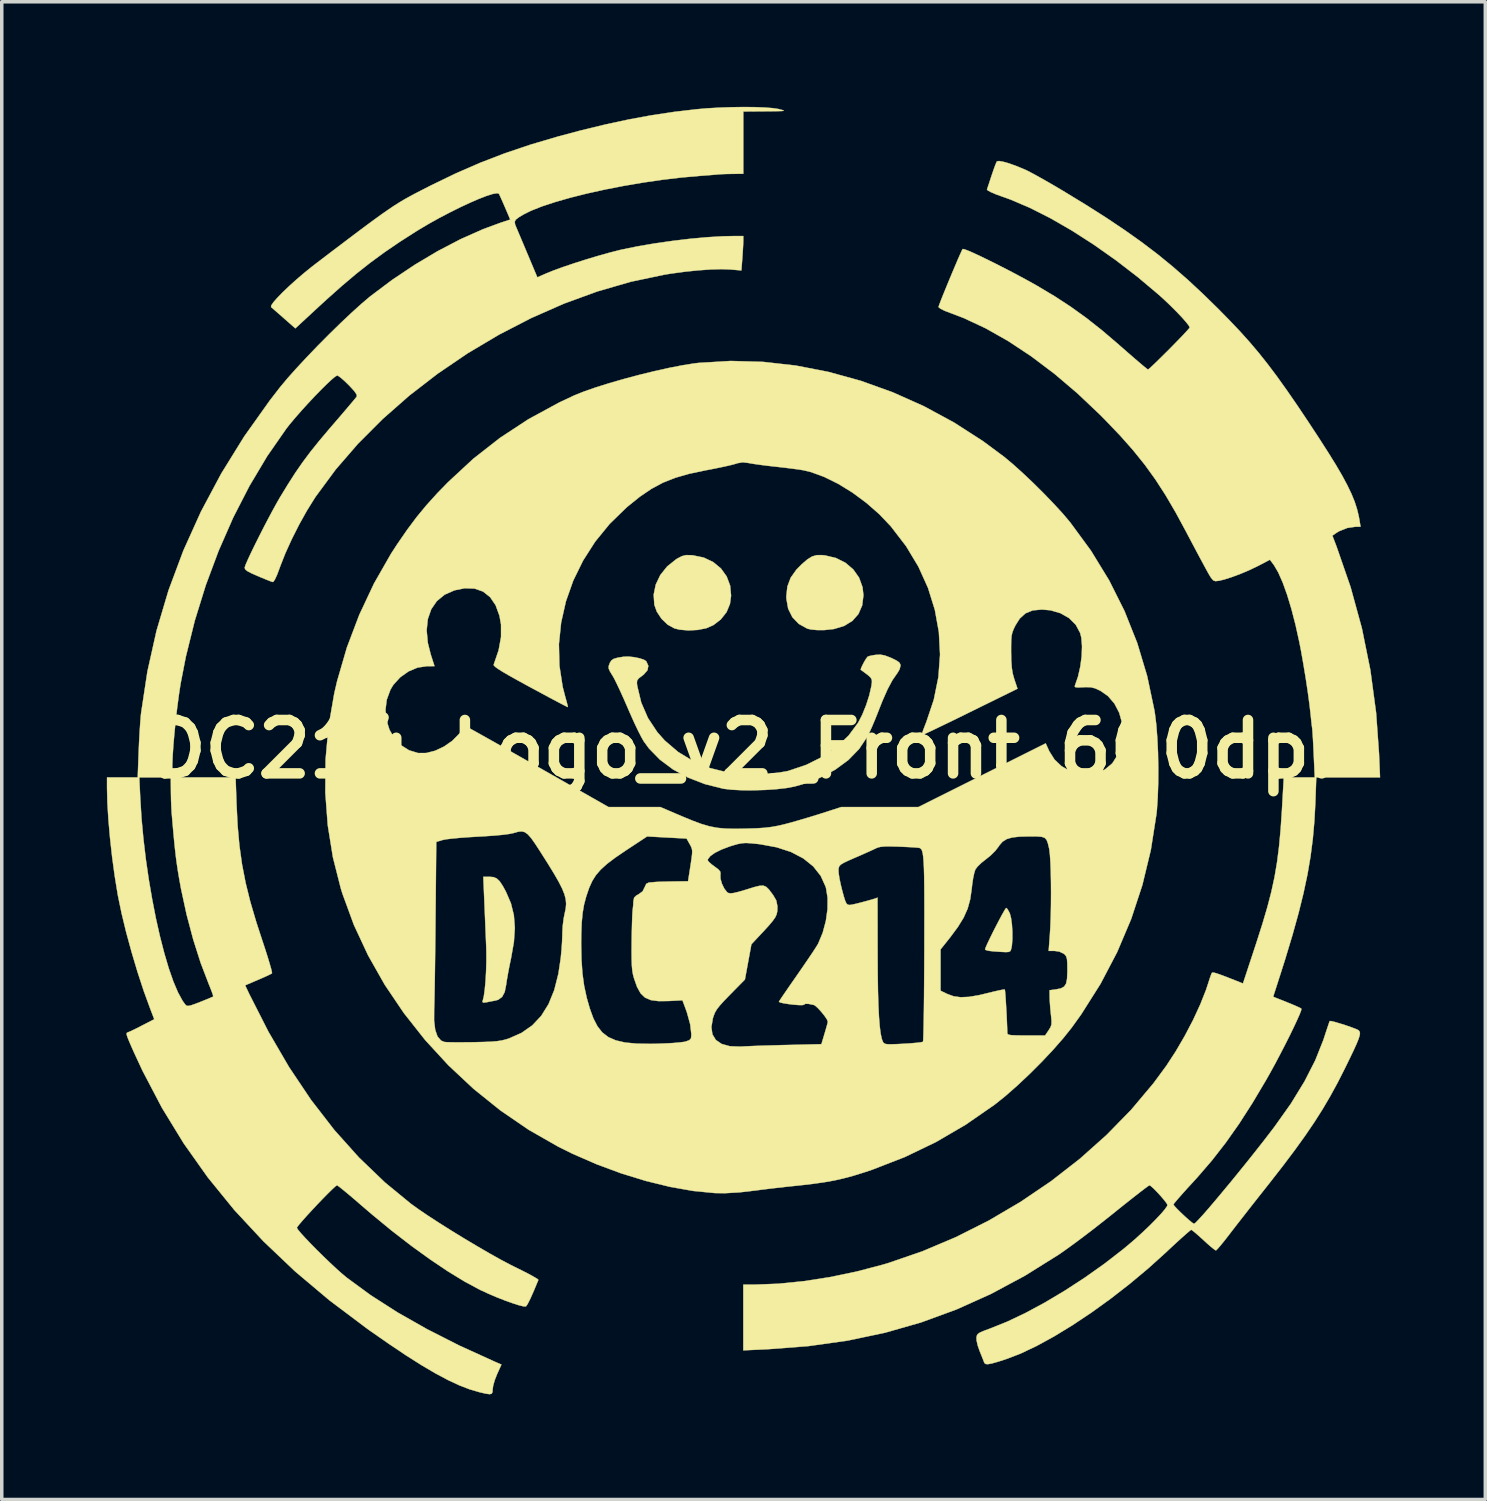
<source format=kicad_pcb>
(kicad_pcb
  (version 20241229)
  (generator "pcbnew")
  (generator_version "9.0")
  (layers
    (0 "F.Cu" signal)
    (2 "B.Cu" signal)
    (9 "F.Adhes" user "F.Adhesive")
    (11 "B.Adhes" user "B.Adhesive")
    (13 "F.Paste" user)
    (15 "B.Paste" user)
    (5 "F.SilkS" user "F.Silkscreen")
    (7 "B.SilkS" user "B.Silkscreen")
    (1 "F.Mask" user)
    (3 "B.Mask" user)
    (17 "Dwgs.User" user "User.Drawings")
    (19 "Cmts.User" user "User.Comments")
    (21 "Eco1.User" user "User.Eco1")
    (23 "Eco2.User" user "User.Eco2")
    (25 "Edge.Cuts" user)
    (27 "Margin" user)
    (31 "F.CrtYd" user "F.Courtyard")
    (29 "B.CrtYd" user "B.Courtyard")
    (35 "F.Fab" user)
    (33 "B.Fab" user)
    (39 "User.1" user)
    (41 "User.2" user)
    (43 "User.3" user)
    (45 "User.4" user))
  (footprint "DC214_Logo_v2_Front_600dpi"
    (layer "F.Cu")
    (at 18.166 18.335)
    (property "Reference" "DC214_Logo_v2_Front_600dpi" (at 0 0 0) (layer "F.SilkS") (effects (font (size 1.524 1.524) (thickness 0.3))))
    (attr through_hole)
    (fp_poly (pts (xy -1.497 -5.539) (xy -1.442 -5.535) (xy -1.129 -5.47) (xy -0.859 -5.342) (xy -0.638 -5.159) (xy -0.475 -4.932) (xy -0.376 -4.67) (xy -0.349 -4.382) (xy -0.381 -4.147) (xy -0.478 -3.913) (xy -0.642 -3.705) (xy -0.853 -3.543) (xy -1.055 -3.454) (xy -1.303 -3.405) (xy -1.57 -3.391) (xy -1.82 -3.413) (xy -1.968 -3.45) (xy -2.16 -3.556) (xy -2.334 -3.723) (xy -2.468 -3.925) (xy -2.539 -4.122) (xy -2.558 -4.412) (xy -2.499 -4.7) (xy -2.369 -4.972) (xy -2.174 -5.216) (xy -1.921 -5.419) (xy -1.874 -5.448) (xy -1.749 -5.512) (xy -1.637 -5.54) (xy -1.497 -5.539)) (stroke (width 0.01) (type solid)) (fill yes) (layer "F.SilkS"))
    (fp_poly (pts (xy 2.332 -5.532) (xy 2.644 -5.458) (xy 2.916 -5.322) (xy 3.139 -5.131) (xy 3.305 -4.896) (xy 3.403 -4.625) (xy 3.429 -4.394) (xy 3.393 -4.105) (xy 3.287 -3.861) (xy 3.115 -3.665) (xy 2.88 -3.52) (xy 2.587 -3.431) (xy 2.312 -3.401) (xy 2.108 -3.401) (xy 1.935 -3.417) (xy 1.83 -3.441) (xy 1.585 -3.576) (xy 1.401 -3.767) (xy 1.281 -4.009) (xy 1.23 -4.296) (xy 1.228 -4.363) (xy 1.258 -4.644) (xy 1.352 -4.895) (xy 1.518 -5.129) (xy 1.669 -5.281) (xy 1.83 -5.419) (xy 1.962 -5.501) (xy 2.092 -5.539) (xy 2.245 -5.541) (xy 2.332 -5.532)) (stroke (width 0.01) (type solid)) (fill yes) (layer "F.SilkS"))
    (fp_poly (pts (xy 7.542 4.565) (xy 7.591 4.653) (xy 7.608 4.688) (xy 7.642 4.817) (xy 7.667 5.001) (xy 7.68 5.211) (xy 7.68 5.42) (xy 7.667 5.598) (xy 7.651 5.683) (xy 7.636 5.734) (xy 7.616 5.767) (xy 7.575 5.785) (xy 7.498 5.791) (xy 7.37 5.785) (xy 7.176 5.772) (xy 7.123 5.768) (xy 6.998 5.753) (xy 6.918 5.73) (xy 6.9 5.713) (xy 6.918 5.658) (xy 6.968 5.546) (xy 7.04 5.395) (xy 7.126 5.219) (xy 7.22 5.036) (xy 7.312 4.859) (xy 7.394 4.707) (xy 7.459 4.593) (xy 7.499 4.534) (xy 7.505 4.53) (xy 7.542 4.565)) (stroke (width 0.01) (type solid)) (fill yes) (layer "F.SilkS"))
    (fp_poly (pts (xy -7.128 3.651) (xy -7.037 3.69) (xy -6.953 3.77) (xy -6.864 3.905) (xy -6.772 4.074) (xy -6.632 4.4) (xy -6.549 4.737) (xy -6.521 5.1) (xy -6.548 5.503) (xy -6.628 5.958) (xy -6.675 6.184) (xy -6.718 6.409) (xy -6.752 6.604) (xy -6.768 6.718) (xy -6.81 6.929) (xy -6.884 7.069) (xy -6.996 7.151) (xy -7.074 7.173) (xy -7.211 7.199) (xy -7.33 7.223) (xy -7.42 7.233) (xy -7.446 7.212) (xy -7.439 7.184) (xy -7.407 7.058) (xy -7.38 6.864) (xy -7.357 6.621) (xy -7.342 6.346) (xy -7.333 6.057) (xy -7.334 5.771) (xy -7.339 5.609) (xy -7.351 5.318) (xy -7.365 4.981) (xy -7.379 4.64) (xy -7.392 4.334) (xy -7.393 4.307) (xy -7.421 3.641) (xy -7.242 3.641) (xy -7.128 3.651)) (stroke (width 0.01) (type solid)) (fill yes) (layer "F.SilkS"))
    (fp_poly (pts (xy 4.037 -2.677) (xy 4.195 -2.617) (xy 4.228 -2.603) (xy 4.37 -2.533) (xy 4.45 -2.478) (xy 4.483 -2.422) (xy 4.487 -2.382) (xy 4.461 -2.281) (xy 4.395 -2.168) (xy 4.379 -2.148) (xy 4.255 -1.969) (xy 4.118 -1.712) (xy 3.969 -1.374) (xy 3.85 -1.073) (xy 3.765 -0.858) (xy 3.674 -0.643) (xy 3.59 -0.457) (xy 3.542 -0.361) (xy 3.307 -0.009) (xy 3 0.307) (xy 2.625 0.583) (xy 2.188 0.815) (xy 1.692 1) (xy 1.46 1.065) (xy 1.236 1.107) (xy 0.95 1.14) (xy 0.628 1.162) (xy 0.292 1.172) (xy -0.034 1.171) (xy -0.326 1.156) (xy -0.561 1.129) (xy -0.579 1.125) (xy -1.097 0.995) (xy -1.576 0.81) (xy -2.007 0.576) (xy -2.381 0.297) (xy -2.691 -0.02) (xy -2.839 -0.222) (xy -2.908 -0.342) (xy -3 -0.522) (xy -3.106 -0.743) (xy -3.216 -0.988) (xy -3.3 -1.181) (xy -3.406 -1.425) (xy -3.511 -1.657) (xy -3.606 -1.859) (xy -3.683 -2.014) (xy -3.728 -2.093) (xy -3.805 -2.219) (xy -3.842 -2.303) (xy -3.843 -2.371) (xy -3.814 -2.451) (xy -3.804 -2.474) (xy -3.762 -2.537) (xy -3.695 -2.581) (xy -3.582 -2.613) (xy -3.417 -2.64) (xy -3.281 -2.645) (xy -3.121 -2.628) (xy -2.963 -2.596) (xy -2.837 -2.555) (xy -2.771 -2.513) (xy -2.711 -2.381) (xy -2.735 -2.254) (xy -2.843 -2.131) (xy -2.882 -2.101) (xy -2.984 -2.024) (xy -3.031 -1.962) (xy -3.037 -1.883) (xy -3.027 -1.805) (xy -2.913 -1.331) (xy -2.721 -0.89) (xy -2.455 -0.488) (xy -2.244 -0.25) (xy -1.863 0.076) (xy -1.428 0.34) (xy -0.946 0.539) (xy -0.423 0.669) (xy -0.371 0.678) (xy -0.142 0.702) (xy 0.137 0.712) (xy 0.44 0.709) (xy 0.742 0.694) (xy 1.017 0.667) (xy 1.241 0.629) (xy 1.291 0.617) (xy 1.801 0.444) (xy 2.261 0.215) (xy 2.665 -0.065) (xy 3.007 -0.391) (xy 3.279 -0.759) (xy 3.395 -0.984) (xy 3.505 -1.256) (xy 3.596 -1.538) (xy 3.654 -1.793) (xy 3.659 -1.825) (xy 3.671 -1.917) (xy 3.667 -1.985) (xy 3.636 -2.043) (xy 3.566 -2.109) (xy 3.447 -2.199) (xy 3.352 -2.268) (xy 3.36 -2.308) (xy 3.398 -2.393) (xy 3.451 -2.495) (xy 3.506 -2.586) (xy 3.548 -2.64) (xy 3.552 -2.643) (xy 3.615 -2.664) (xy 3.728 -2.686) (xy 3.78 -2.693) (xy 3.91 -2.7) (xy 4.037 -2.677)) (stroke (width 0.01) (type solid)) (fill yes) (layer "F.SilkS"))
    (fp_poly (pts (xy 7.423 -16.767) (xy 7.592 -16.719) (xy 7.791 -16.647) (xy 8.007 -16.558) (xy 8.055 -16.537) (xy 8.187 -16.471) (xy 8.375 -16.37) (xy 8.6 -16.244) (xy 8.847 -16.102) (xy 9.099 -15.953) (xy 9.123 -15.939) (xy 9.772 -15.543) (xy 10.355 -15.173) (xy 10.883 -14.819) (xy 11.369 -14.474) (xy 11.824 -14.129) (xy 12.258 -13.774) (xy 12.685 -13.401) (xy 13.114 -13.002) (xy 13.55 -12.576) (xy 13.88 -12.24) (xy 14.179 -11.925) (xy 14.454 -11.619) (xy 14.716 -11.309) (xy 14.974 -10.984) (xy 15.238 -10.633) (xy 15.517 -10.242) (xy 15.821 -9.801) (xy 16.119 -9.356) (xy 16.428 -8.886) (xy 16.691 -8.476) (xy 16.912 -8.12) (xy 17.094 -7.808) (xy 17.241 -7.534) (xy 17.358 -7.29) (xy 17.449 -7.068) (xy 17.516 -6.86) (xy 17.565 -6.66) (xy 17.589 -6.53) (xy 17.618 -6.35) (xy 17.473 -6.35) (xy 17.239 -6.316) (xy 17.008 -6.224) (xy 16.927 -6.174) (xy 16.814 -6.096) (xy 16.932 -5.789) (xy 17.334 -4.628) (xy 17.656 -3.454) (xy 17.898 -2.261) (xy 18.062 -1.041) (xy 18.145 0.116) (xy 18.174 0.804) (xy 16.354 0.804) (xy 16.328 1.535) (xy 16.3 2.055) (xy 16.255 2.561) (xy 16.19 3.065) (xy 16.102 3.579) (xy 15.988 4.115) (xy 15.847 4.684) (xy 15.676 5.3) (xy 15.473 5.974) (xy 15.351 6.358) (xy 15.124 7.065) (xy 15.51 7.219) (xy 15.679 7.288) (xy 15.817 7.348) (xy 15.907 7.391) (xy 15.929 7.405) (xy 15.923 7.452) (xy 15.881 7.564) (xy 15.808 7.728) (xy 15.711 7.935) (xy 15.595 8.175) (xy 15.463 8.436) (xy 15.323 8.707) (xy 15.179 8.98) (xy 15.035 9.242) (xy 14.923 9.44) (xy 14.531 10.1) (xy 14.15 10.693) (xy 13.769 11.233) (xy 13.378 11.735) (xy 12.967 12.212) (xy 12.859 12.331) (xy 12.682 12.523) (xy 12.528 12.695) (xy 12.403 12.837) (xy 12.317 12.939) (xy 12.278 12.991) (xy 12.277 12.995) (xy 12.306 13.038) (xy 12.382 13.12) (xy 12.488 13.225) (xy 12.606 13.336) (xy 12.72 13.438) (xy 12.811 13.513) (xy 12.863 13.546) (xy 12.865 13.547) (xy 12.909 13.515) (xy 12.998 13.423) (xy 13.128 13.281) (xy 13.291 13.094) (xy 13.481 12.871) (xy 13.692 12.618) (xy 13.919 12.345) (xy 14.153 12.057) (xy 14.391 11.763) (xy 14.624 11.47) (xy 14.848 11.185) (xy 15.055 10.916) (xy 15.163 10.774) (xy 15.631 10.115) (xy 16.018 9.483) (xy 16.327 8.877) (xy 16.558 8.296) (xy 16.578 8.234) (xy 16.638 8.05) (xy 16.689 7.898) (xy 16.724 7.795) (xy 16.739 7.758) (xy 16.786 7.761) (xy 16.89 7.787) (xy 17.032 7.829) (xy 17.191 7.879) (xy 17.344 7.932) (xy 17.472 7.98) (xy 17.552 8.017) (xy 17.566 8.027) (xy 17.591 8.06) (xy 17.601 8.107) (xy 17.591 8.175) (xy 17.559 8.275) (xy 17.502 8.415) (xy 17.416 8.604) (xy 17.297 8.852) (xy 17.164 9.123) (xy 16.963 9.519) (xy 16.757 9.896) (xy 16.54 10.266) (xy 16.304 10.638) (xy 16.041 11.025) (xy 15.744 11.438) (xy 15.406 11.887) (xy 15.019 12.384) (xy 14.92 12.509) (xy 14.709 12.776) (xy 14.494 13.049) (xy 14.288 13.313) (xy 14.102 13.551) (xy 13.949 13.749) (xy 13.871 13.851) (xy 13.741 14.018) (xy 13.628 14.157) (xy 13.542 14.257) (xy 13.494 14.304) (xy 13.489 14.306) (xy 13.445 14.28) (xy 13.354 14.207) (xy 13.232 14.101) (xy 13.136 14.012) (xy 13 13.889) (xy 12.886 13.79) (xy 12.809 13.73) (xy 12.784 13.716) (xy 12.745 13.744) (xy 12.654 13.822) (xy 12.519 13.941) (xy 12.351 14.094) (xy 12.159 14.272) (xy 12.064 14.362) (xy 11.556 14.82) (xy 11.026 15.263) (xy 10.483 15.685) (xy 9.937 16.079) (xy 9.397 16.439) (xy 8.873 16.759) (xy 8.374 17.032) (xy 7.91 17.252) (xy 7.493 17.411) (xy 7.262 17.485) (xy 7.098 17.531) (xy 6.989 17.552) (xy 6.923 17.549) (xy 6.886 17.524) (xy 6.873 17.498) (xy 6.843 17.418) (xy 6.792 17.291) (xy 6.744 17.172) (xy 6.691 17.019) (xy 6.659 16.877) (xy 6.655 16.797) (xy 6.666 16.736) (xy 6.696 16.689) (xy 6.76 16.647) (xy 6.874 16.598) (xy 7.048 16.534) (xy 7.533 16.339) (xy 8.059 16.089) (xy 8.613 15.79) (xy 9.181 15.451) (xy 9.748 15.082) (xy 10.303 14.689) (xy 10.83 14.281) (xy 10.985 14.153) (xy 11.195 13.973) (xy 11.404 13.782) (xy 11.603 13.593) (xy 11.781 13.413) (xy 11.93 13.254) (xy 12.039 13.125) (xy 12.099 13.036) (xy 12.107 13.009) (xy 12.08 12.956) (xy 12.009 12.864) (xy 11.912 12.75) (xy 11.804 12.633) (xy 11.703 12.531) (xy 11.626 12.464) (xy 11.593 12.446) (xy 11.552 12.472) (xy 11.453 12.544) (xy 11.306 12.657) (xy 11.118 12.804) (xy 10.898 12.978) (xy 10.655 13.172) (xy 10.572 13.24) (xy 10.287 13.466) (xy 9.991 13.698) (xy 9.697 13.922) (xy 9.423 14.126) (xy 9.183 14.3) (xy 9.003 14.425) (xy 8.041 15.026) (xy 7.07 15.547) (xy 6.084 15.991) (xy 5.077 16.36) (xy 4.041 16.656) (xy 2.97 16.881) (xy 1.857 17.037) (xy 0.697 17.126) (xy 0.646 17.128) (xy 0 17.158) (xy 0 15.282) (xy 0.328 15.282) (xy 1.005 15.256) (xy 1.73 15.183) (xy 2.48 15.066) (xy 3.237 14.908) (xy 3.979 14.713) (xy 4.128 14.669) (xy 5.109 14.332) (xy 6.073 13.924) (xy 7.011 13.451) (xy 7.917 12.918) (xy 8.784 12.33) (xy 9.603 11.693) (xy 10.368 11.011) (xy 11.072 10.29) (xy 11.707 9.535) (xy 12.073 9.038) (xy 12.342 8.626) (xy 12.601 8.182) (xy 12.838 7.729) (xy 13.043 7.285) (xy 13.207 6.871) (xy 13.274 6.668) (xy 13.318 6.53) (xy 13.356 6.425) (xy 13.376 6.382) (xy 13.4 6.374) (xy 13.452 6.381) (xy 13.544 6.409) (xy 13.686 6.46) (xy 13.889 6.539) (xy 14.042 6.599) (xy 14.262 6.686) (xy 14.642 5.534) (xy 14.814 4.995) (xy 14.956 4.515) (xy 15.071 4.073) (xy 15.163 3.649) (xy 15.235 3.223) (xy 15.292 2.777) (xy 15.337 2.29) (xy 15.374 1.742) (xy 15.376 1.704) (xy 15.427 0.804) (xy 16.311 0.804) (xy 16.282 0.158) (xy 16.271 -0.076) (xy 16.26 -0.286) (xy 16.249 -0.456) (xy 16.241 -0.567) (xy 16.238 -0.594) (xy 16.225 -0.691) (xy 16.209 -0.838) (xy 16.195 -0.974) (xy 16.161 -1.273) (xy 16.113 -1.63) (xy 16.054 -2.021) (xy 15.988 -2.421) (xy 15.92 -2.806) (xy 15.87 -3.061) (xy 15.762 -3.551) (xy 15.645 -4.003) (xy 15.522 -4.409) (xy 15.396 -4.759) (xy 15.27 -5.044) (xy 15.147 -5.255) (xy 15.131 -5.276) (xy 15.031 -5.409) (xy 14.71 -5.241) (xy 14.471 -5.125) (xy 14.21 -5.013) (xy 13.954 -4.917) (xy 13.726 -4.844) (xy 13.58 -4.809) (xy 13.479 -4.797) (xy 13.414 -4.819) (xy 13.352 -4.893) (xy 13.321 -4.941) (xy 13.275 -5.019) (xy 13.196 -5.162) (xy 13.091 -5.357) (xy 12.964 -5.593) (xy 12.822 -5.861) (xy 12.671 -6.147) (xy 12.642 -6.202) (xy 12.341 -6.759) (xy 12.052 -7.253) (xy 11.762 -7.701) (xy 11.458 -8.122) (xy 11.128 -8.532) (xy 10.759 -8.949) (xy 10.336 -9.391) (xy 10.182 -9.547) (xy 9.538 -10.157) (xy 8.883 -10.714) (xy 8.223 -11.212) (xy 7.565 -11.648) (xy 6.916 -12.015) (xy 6.284 -12.31) (xy 5.927 -12.446) (xy 5.756 -12.511) (xy 5.634 -12.57) (xy 5.576 -12.615) (xy 5.573 -12.625) (xy 5.591 -12.682) (xy 5.636 -12.801) (xy 5.702 -12.968) (xy 5.784 -13.168) (xy 5.874 -13.387) (xy 5.967 -13.61) (xy 6.057 -13.822) (xy 6.137 -14.01) (xy 6.203 -14.158) (xy 6.247 -14.252) (xy 6.262 -14.278) (xy 6.309 -14.271) (xy 6.42 -14.229) (xy 6.585 -14.157) (xy 6.792 -14.06) (xy 7.032 -13.943) (xy 7.294 -13.812) (xy 7.567 -13.672) (xy 7.841 -13.528) (xy 8.105 -13.385) (xy 8.349 -13.249) (xy 8.382 -13.23) (xy 8.887 -12.929) (xy 9.347 -12.629) (xy 9.786 -12.313) (xy 10.228 -11.965) (xy 10.694 -11.568) (xy 10.742 -11.525) (xy 10.959 -11.335) (xy 11.155 -11.165) (xy 11.321 -11.023) (xy 11.448 -10.916) (xy 11.528 -10.852) (xy 11.551 -10.837) (xy 11.59 -10.866) (xy 11.676 -10.945) (xy 11.799 -11.062) (xy 11.946 -11.207) (xy 12.108 -11.367) (xy 12.272 -11.533) (xy 12.427 -11.692) (xy 12.563 -11.833) (xy 12.667 -11.946) (xy 12.73 -12.018) (xy 12.742 -12.038) (xy 12.713 -12.096) (xy 12.632 -12.199) (xy 12.51 -12.337) (xy 12.357 -12.497) (xy 12.186 -12.668) (xy 12.006 -12.839) (xy 11.859 -12.972) (xy 11.253 -13.482) (xy 10.63 -13.961) (xy 10 -14.405) (xy 9.375 -14.806) (xy 8.764 -15.158) (xy 8.176 -15.455) (xy 7.622 -15.691) (xy 7.416 -15.765) (xy 7.216 -15.837) (xy 7.066 -15.901) (xy 6.976 -15.95) (xy 6.955 -15.976) (xy 6.975 -16.035) (xy 7.015 -16.154) (xy 7.066 -16.311) (xy 7.09 -16.383) (xy 7.146 -16.548) (xy 7.195 -16.682) (xy 7.231 -16.764) (xy 7.24 -16.779) (xy 7.301 -16.789) (xy 7.423 -16.767)) (stroke (width 0.01) (type solid)) (fill yes) (layer "F.SilkS"))
    (fp_poly (pts (xy 0.328 -18.327) (xy 0.613 -18.316) (xy 0.845 -18.298) (xy 1.009 -18.273) (xy 1.016 -18.271) (xy 1.103 -18.248) (xy 1.15 -18.232) (xy 1.149 -18.222) (xy 1.092 -18.215) (xy 0.971 -18.212) (xy 0.778 -18.209) (xy 0.624 -18.208) (xy 0 -18.203) (xy 0 -16.425) (xy -0.307 -16.422) (xy -0.48 -16.419) (xy -0.637 -16.413) (xy -0.741 -16.405) (xy -0.841 -16.396) (xy -0.997 -16.383) (xy -1.181 -16.369) (xy -1.249 -16.364) (xy -1.769 -16.318) (xy -2.309 -16.254) (xy -2.858 -16.174) (xy -3.405 -16.081) (xy -3.94 -15.977) (xy -4.452 -15.864) (xy -4.931 -15.744) (xy -5.365 -15.62) (xy -5.745 -15.495) (xy -6.06 -15.37) (xy -6.263 -15.269) (xy -6.411 -15.181) (xy -6.495 -15.115) (xy -6.525 -15.052) (xy -6.512 -14.973) (xy -6.477 -14.888) (xy -6.434 -14.787) (xy -6.366 -14.626) (xy -6.281 -14.425) (xy -6.187 -14.201) (xy -6.14 -14.09) (xy -5.879 -13.469) (xy -5.638 -13.575) (xy -5.426 -13.661) (xy -5.152 -13.761) (xy -4.836 -13.868) (xy -4.497 -13.976) (xy -4.155 -14.079) (xy -3.832 -14.17) (xy -3.546 -14.243) (xy -3.471 -14.261) (xy -3.021 -14.353) (xy -2.53 -14.437) (xy -2.018 -14.51) (xy -1.506 -14.571) (xy -1.018 -14.615) (xy -0.574 -14.641) (xy -0.288 -14.647) (xy 0 -14.647) (xy -0.000254 -14.51) (xy -0.004 -14.402) (xy -0.013 -14.241) (xy -0.025 -14.058) (xy -0.028 -14.019) (xy -0.055 -13.666) (xy -0.377 -13.694) (xy -0.621 -13.703) (xy -0.929 -13.694) (xy -1.283 -13.669) (xy -1.663 -13.63) (xy -2.052 -13.577) (xy -2.257 -13.544) (xy -3.211 -13.343) (xy -4.167 -13.066) (xy -5.118 -12.719) (xy -6.056 -12.306) (xy -6.974 -11.832) (xy -7.865 -11.303) (xy -8.72 -10.722) (xy -9.532 -10.095) (xy -10.293 -9.426) (xy -10.996 -8.722) (xy -11.633 -7.986) (xy -12.196 -7.223) (xy -12.242 -7.154) (xy -12.459 -6.805) (xy -12.678 -6.412) (xy -12.886 -6) (xy -13.069 -5.598) (xy -13.214 -5.231) (xy -13.23 -5.186) (xy -13.308 -4.977) (xy -13.372 -4.839) (xy -13.419 -4.776) (xy -13.432 -4.773) (xy -13.493 -4.793) (xy -13.612 -4.84) (xy -13.768 -4.904) (xy -13.866 -4.946) (xy -14.046 -5.026) (xy -14.158 -5.085) (xy -14.216 -5.133) (xy -14.232 -5.177) (xy -14.231 -5.189) (xy -14.205 -5.267) (xy -14.144 -5.407) (xy -14.056 -5.596) (xy -13.947 -5.821) (xy -13.823 -6.069) (xy -13.692 -6.327) (xy -13.558 -6.583) (xy -13.429 -6.825) (xy -13.311 -7.038) (xy -13.22 -7.197) (xy -12.993 -7.568) (xy -12.784 -7.894) (xy -12.576 -8.194) (xy -12.356 -8.488) (xy -12.109 -8.796) (xy -11.82 -9.139) (xy -11.734 -9.239) (xy -11.546 -9.457) (xy -11.375 -9.657) (xy -11.23 -9.828) (xy -11.119 -9.96) (xy -11.05 -10.044) (xy -11.031 -10.069) (xy -11.037 -10.125) (xy -11.102 -10.221) (xy -11.231 -10.362) (xy -11.265 -10.397) (xy -11.39 -10.518) (xy -11.498 -10.611) (xy -11.571 -10.662) (xy -11.589 -10.668) (xy -11.646 -10.638) (xy -11.749 -10.553) (xy -11.887 -10.424) (xy -12.053 -10.26) (xy -12.235 -10.073) (xy -12.425 -9.87) (xy -12.613 -9.663) (xy -12.789 -9.462) (xy -12.945 -9.276) (xy -13.048 -9.144) (xy -13.59 -8.364) (xy -14.095 -7.517) (xy -14.559 -6.614) (xy -14.976 -5.664) (xy -15.344 -4.678) (xy -15.657 -3.668) (xy -15.911 -2.644) (xy -16.063 -1.863) (xy -16.109 -1.559) (xy -16.155 -1.214) (xy -16.198 -0.848) (xy -16.235 -0.481) (xy -16.266 -0.131) (xy -16.287 0.181) (xy -16.298 0.435) (xy -16.298 0.503) (xy -16.298 0.804) (xy -14.491 0.804) (xy -14.465 1.556) (xy -14.434 2.178) (xy -14.383 2.747) (xy -14.308 3.285) (xy -14.205 3.815) (xy -14.071 4.358) (xy -13.9 4.937) (xy -13.757 5.375) (xy -13.666 5.65) (xy -13.587 5.897) (xy -13.523 6.107) (xy -13.477 6.268) (xy -13.454 6.368) (xy -13.453 6.397) (xy -13.503 6.425) (xy -13.612 6.477) (xy -13.762 6.544) (xy -13.851 6.582) (xy -14.219 6.739) (xy -14.106 6.978) (xy -13.554 8.064) (xy -12.966 9.073) (xy -12.339 10.008) (xy -11.674 10.868) (xy -10.97 11.654) (xy -10.227 12.367) (xy -9.489 12.973) (xy -9.271 13.13) (xy -8.994 13.318) (xy -8.673 13.526) (xy -8.321 13.748) (xy -7.955 13.972) (xy -7.589 14.19) (xy -7.238 14.394) (xy -6.918 14.573) (xy -6.643 14.718) (xy -6.535 14.772) (xy -6.314 14.881) (xy -6.123 14.979) (xy -5.975 15.061) (xy -5.879 15.118) (xy -5.849 15.146) (xy -5.977 15.454) (xy -6.078 15.682) (xy -6.153 15.831) (xy -6.2 15.9) (xy -6.207 15.904) (xy -6.279 15.901) (xy -6.412 15.868) (xy -6.593 15.81) (xy -6.806 15.734) (xy -7.036 15.643) (xy -7.269 15.544) (xy -7.49 15.442) (xy -7.514 15.431) (xy -7.947 15.199) (xy -8.424 14.908) (xy -8.936 14.564) (xy -9.476 14.174) (xy -10.033 13.744) (xy -10.598 13.279) (xy -10.891 13.028) (xy -11.092 12.854) (xy -11.273 12.701) (xy -11.423 12.577) (xy -11.532 12.49) (xy -11.591 12.448) (xy -11.597 12.446) (xy -11.641 12.476) (xy -11.73 12.557) (xy -11.853 12.678) (xy -11.999 12.826) (xy -12.157 12.991) (xy -12.316 13.161) (xy -12.464 13.322) (xy -12.591 13.465) (xy -12.686 13.577) (xy -12.737 13.646) (xy -12.742 13.66) (xy -12.713 13.711) (xy -12.631 13.81) (xy -12.508 13.945) (xy -12.353 14.108) (xy -12.177 14.287) (xy -11.989 14.472) (xy -11.8 14.654) (xy -11.62 14.822) (xy -11.459 14.966) (xy -11.327 15.076) (xy -11.323 15.08) (xy -10.635 15.584) (xy -9.871 16.074) (xy -9.029 16.552) (xy -8.108 17.02) (xy -7.104 17.477) (xy -7.082 17.487) (xy -6.904 17.564) (xy -7.029 17.84) (xy -7.093 18.003) (xy -7.138 18.157) (xy -7.154 18.266) (xy -7.159 18.348) (xy -7.182 18.395) (xy -7.241 18.409) (xy -7.349 18.394) (xy -7.523 18.354) (xy -7.535 18.351) (xy -7.809 18.271) (xy -8.105 18.157) (xy -8.429 18.006) (xy -8.787 17.815) (xy -9.185 17.581) (xy -9.627 17.301) (xy -10.12 16.97) (xy -10.67 16.587) (xy -10.76 16.522) (xy -11.817 15.727) (xy -12.796 14.902) (xy -13.698 14.044) (xy -14.528 13.152) (xy -15.285 12.221) (xy -15.972 11.251) (xy -16.592 10.238) (xy -17.147 9.18) (xy -17.397 8.642) (xy -17.492 8.427) (xy -17.555 8.278) (xy -17.591 8.181) (xy -17.603 8.124) (xy -17.594 8.094) (xy -17.567 8.081) (xy -17.558 8.078) (xy -17.498 8.053) (xy -17.384 7.999) (xy -17.235 7.925) (xy -17.159 7.885) (xy -16.813 7.707) (xy -16.931 7.399) (xy -17.112 6.903) (xy -17.29 6.36) (xy -17.459 5.794) (xy -17.613 5.23) (xy -17.744 4.69) (xy -17.846 4.199) (xy -17.859 4.128) (xy -17.942 3.617) (xy -18.015 3.08) (xy -18.075 2.539) (xy -18.121 2.015) (xy -18.151 1.529) (xy -18.161 1.103) (xy -18.161 1.097) (xy -18.161 0.804) (xy -17.285 0.804) (xy -17.241 0.804) (xy -17.212 1.408) (xy -17.177 1.974) (xy -17.123 2.553) (xy -17.054 3.136) (xy -16.97 3.714) (xy -16.873 4.28) (xy -16.767 4.825) (xy -16.651 5.34) (xy -16.528 5.817) (xy -16.401 6.248) (xy -16.27 6.625) (xy -16.137 6.939) (xy -16.005 7.181) (xy -15.928 7.288) (xy -15.894 7.319) (xy -15.848 7.328) (xy -15.772 7.313) (xy -15.65 7.271) (xy -15.507 7.216) (xy -15.347 7.152) (xy -15.219 7.099) (xy -15.143 7.066) (xy -15.13 7.058) (xy -15.138 7.015) (xy -15.174 6.913) (xy -15.229 6.771) (xy -15.256 6.706) (xy -15.488 6.1) (xy -15.701 5.431) (xy -15.89 4.719) (xy -16.049 3.984) (xy -16.106 3.669) (xy -16.14 3.464) (xy -16.169 3.269) (xy -16.196 3.069) (xy -16.221 2.849) (xy -16.247 2.594) (xy -16.275 2.29) (xy -16.307 1.92) (xy -16.317 1.799) (xy -16.325 1.657) (xy -16.333 1.465) (xy -16.337 1.259) (xy -16.338 1.196) (xy -16.341 0.804) (xy -17.241 0.804) (xy -17.285 0.804) (xy -17.258 0.074) (xy -17.246 -0.202) (xy -17.231 -0.481) (xy -17.214 -0.739) (xy -17.197 -0.951) (xy -17.188 -1.037) (xy -17.009 -2.217) (xy -16.748 -3.384) (xy -16.406 -4.535) (xy -15.983 -5.668) (xy -15.481 -6.78) (xy -14.901 -7.868) (xy -14.245 -8.928) (xy -13.513 -9.957) (xy -13.217 -10.339) (xy -13.009 -10.588) (xy -12.752 -10.876) (xy -12.459 -11.191) (xy -12.143 -11.52) (xy -11.816 -11.849) (xy -11.492 -12.166) (xy -11.182 -12.458) (xy -10.901 -12.712) (xy -10.661 -12.916) (xy -10.647 -12.927) (xy -10.027 -13.393) (xy -9.38 -13.826) (xy -8.723 -14.217) (xy -8.068 -14.559) (xy -7.431 -14.842) (xy -6.935 -15.025) (xy -6.652 -15.118) (xy -6.797 -15.458) (xy -6.867 -15.619) (xy -6.927 -15.753) (xy -6.967 -15.84) (xy -6.975 -15.855) (xy -7.03 -15.871) (xy -7.15 -15.85) (xy -7.324 -15.795) (xy -7.543 -15.711) (xy -7.797 -15.601) (xy -8.076 -15.471) (xy -8.372 -15.324) (xy -8.674 -15.166) (xy -8.974 -14.999) (xy -9.261 -14.829) (xy -9.342 -14.779) (xy -9.813 -14.477) (xy -10.241 -14.185) (xy -10.645 -13.889) (xy -11.043 -13.575) (xy -11.452 -13.23) (xy -11.889 -12.841) (xy -12.106 -12.642) (xy -12.786 -12.013) (xy -13.113 -12.301) (xy -13.254 -12.425) (xy -13.372 -12.528) (xy -13.453 -12.599) (xy -13.479 -12.621) (xy -13.473 -12.668) (xy -13.41 -12.76) (xy -13.298 -12.887) (xy -13.147 -13.043) (xy -12.963 -13.218) (xy -12.757 -13.404) (xy -12.537 -13.592) (xy -12.312 -13.774) (xy -12.211 -13.852) (xy -11.769 -14.189) (xy -11.386 -14.479) (xy -11.058 -14.727) (xy -10.776 -14.938) (xy -10.533 -15.117) (xy -10.323 -15.269) (xy -10.139 -15.397) (xy -9.974 -15.508) (xy -9.821 -15.605) (xy -9.672 -15.694) (xy -9.521 -15.778) (xy -9.361 -15.864) (xy -9.186 -15.954) (xy -8.987 -16.056) (xy -8.89 -16.105) (xy -8.197 -16.44) (xy -7.51 -16.739) (xy -6.808 -17.009) (xy -6.073 -17.257) (xy -5.287 -17.489) (xy -4.657 -17.657) (xy -3.932 -17.833) (xy -3.261 -17.977) (xy -2.619 -18.095) (xy -1.982 -18.191) (xy -1.333 -18.267) (xy -1.021 -18.294) (xy -0.683 -18.313) (xy -0.335 -18.325) (xy 0.007 -18.33) (xy 0.328 -18.327)) (stroke (width 0.01) (type solid)) (fill yes) (layer "F.SilkS"))
    (fp_poly (pts (xy 0.566 -11.056) (xy 1.499 -10.951) (xy 2.431 -10.77) (xy 3.355 -10.515) (xy 4.265 -10.188) (xy 5.154 -9.791) (xy 6.015 -9.325) (xy 6.842 -8.793) (xy 7.451 -8.341) (xy 7.698 -8.134) (xy 7.98 -7.88) (xy 8.281 -7.595) (xy 8.582 -7.296) (xy 8.868 -6.999) (xy 9.122 -6.722) (xy 9.326 -6.48) (xy 9.329 -6.477) (xy 9.924 -5.666) (xy 10.442 -4.82) (xy 10.882 -3.941) (xy 11.245 -3.029) (xy 11.528 -2.087) (xy 11.733 -1.115) (xy 11.749 -1.016) (xy 11.788 -0.7) (xy 11.817 -0.322) (xy 11.837 0.096) (xy 11.845 0.533) (xy 11.843 0.967) (xy 11.829 1.376) (xy 11.805 1.738) (xy 11.792 1.856) (xy 11.632 2.877) (xy 11.391 3.875) (xy 11.071 4.847) (xy 10.672 5.789) (xy 10.196 6.697) (xy 9.645 7.568) (xy 9.37 7.951) (xy 9.13 8.251) (xy 8.838 8.584) (xy 8.51 8.932) (xy 8.163 9.278) (xy 7.813 9.607) (xy 7.478 9.901) (xy 7.176 10.143) (xy 6.347 10.717) (xy 5.498 11.213) (xy 4.615 11.638) (xy 3.686 11.999) (xy 3.45 12.078) (xy 3.152 12.171) (xy 2.874 12.246) (xy 2.598 12.309) (xy 2.303 12.361) (xy 1.969 12.408) (xy 1.576 12.453) (xy 1.439 12.467) (xy 1.168 12.496) (xy 0.885 12.528) (xy 0.62 12.56) (xy 0.402 12.588) (xy 0.36 12.594) (xy -0.106 12.648) (xy -0.518 12.672) (xy -0.804 12.669) (xy -1.424 12.609) (xy -2.087 12.492) (xy -2.779 12.323) (xy -3.483 12.107) (xy -4.185 11.847) (xy -4.869 11.549) (xy -5.278 11.347) (xy -6.125 10.863) (xy -6.933 10.31) (xy -7.699 9.694) (xy -8.417 9.022) (xy -9.082 8.299) (xy -9.517 7.748) (xy -8.826 7.748) (xy -8.794 8.011) (xy -8.728 8.2) (xy -8.627 8.316) (xy -8.536 8.355) (xy -8.465 8.361) (xy -8.326 8.365) (xy -8.133 8.366) (xy -7.903 8.365) (xy -7.705 8.363) (xy -7.42 8.356) (xy -7.204 8.348) (xy -7.038 8.334) (xy -6.905 8.315) (xy -6.789 8.287) (xy -6.689 8.256) (xy -6.331 8.097) (xy -6.024 7.883) (xy -5.768 7.611) (xy -5.56 7.277) (xy -5.397 6.877) (xy -5.278 6.409) (xy -5.21 5.954) (xy -5.189 5.732) (xy -5.176 5.546) (xy -4.628 5.546) (xy -4.619 6.001) (xy -4.592 6.396) (xy -4.543 6.753) (xy -4.469 7.096) (xy -4.381 7.402) (xy -4.28 7.681) (xy -4.164 7.907) (xy -4.025 8.084) (xy -3.852 8.217) (xy -3.638 8.311) (xy -3.372 8.372) (xy -3.045 8.403) (xy -2.648 8.41) (xy -2.477 8.407) (xy -2.232 8.398) (xy -2.006 8.386) (xy -1.816 8.369) (xy -1.682 8.352) (xy -1.64 8.342) (xy -1.537 8.303) (xy -1.492 8.25) (xy -1.483 8.152) (xy -1.483 8.137) (xy -1.515 7.855) (xy -1.608 7.517) (xy -1.651 7.396) (xy -1.737 7.166) (xy -2.132 7.187) (xy -2.419 7.19) (xy -2.639 7.161) (xy -2.806 7.089) (xy -2.932 6.967) (xy -3.033 6.784) (xy -3.119 6.54) (xy -3.148 6.433) (xy -3.168 6.317) (xy -3.181 6.178) (xy -3.187 5.998) (xy -3.189 5.764) (xy -3.187 5.503) (xy -3.183 5.245) (xy -3.177 5.009) (xy -3.171 4.81) (xy -3.164 4.665) (xy -3.158 4.593) (xy -3.142 4.45) (xy -3.136 4.336) (xy -3.116 4.236) (xy -3.047 4.171) (xy -2.996 4.146) (xy -2.873 4.055) (xy -2.82 3.948) (xy -2.769 3.841) (xy -2.693 3.805) (xy -2.587 3.797) (xy -2.54 3.792) (xy -2.473 3.787) (xy -2.342 3.782) (xy -2.168 3.778) (xy -2.027 3.775) (xy -1.577 3.768) (xy -1.507 3.32) (xy -1.484 3.169) (xy -1.016 3.169) (xy -0.984 3.215) (xy -0.901 3.289) (xy -0.822 3.347) (xy -0.71 3.431) (xy -0.657 3.494) (xy -0.649 3.558) (xy -0.654 3.583) (xy -0.651 3.697) (xy -0.61 3.84) (xy -0.542 3.979) (xy -0.464 4.079) (xy -0.435 4.1) (xy -0.375 4.114) (xy -0.279 4.105) (xy -0.132 4.07) (xy 0.079 4.008) (xy 0.107 3.999) (xy 0.317 3.934) (xy 0.465 3.898) (xy 0.57 3.893) (xy 0.651 3.926) (xy 0.727 3.999) (xy 0.818 4.118) (xy 0.853 4.166) (xy 0.94 4.315) (xy 0.972 4.471) (xy 0.974 4.53) (xy 0.969 4.628) (xy 0.951 4.713) (xy 0.91 4.801) (xy 0.838 4.903) (xy 0.727 5.035) (xy 0.567 5.21) (xy 0.509 5.271) (xy 0.231 5.568) (xy 0.046 6.574) (xy -0.375 7.002) (xy -0.547 7.179) (xy -0.669 7.314) (xy -0.753 7.421) (xy -0.809 7.516) (xy -0.848 7.615) (xy -0.868 7.679) (xy -0.911 7.93) (xy -0.882 8.138) (xy -0.783 8.299) (xy -0.617 8.413) (xy -0.386 8.477) (xy -0.092 8.489) (xy -0.042 8.486) (xy 0.095 8.479) (xy 0.299 8.47) (xy 0.552 8.461) (xy 0.838 8.453) (xy 1.139 8.444) (xy 1.252 8.442) (xy 2.229 8.419) (xy 2.321 8.113) (xy 2.365 7.962) (xy 2.398 7.844) (xy 2.413 7.78) (xy 2.413 7.777) (xy 2.386 7.709) (xy 2.316 7.607) (xy 2.223 7.491) (xy 2.127 7.387) (xy 2.046 7.316) (xy 2.015 7.3) (xy 1.861 7.268) (xy 1.771 7.267) (xy 1.73 7.293) (xy 1.681 7.304) (xy 1.576 7.302) (xy 1.436 7.291) (xy 1.287 7.273) (xy 1.151 7.252) (xy 1.053 7.229) (xy 1.016 7.209) (xy 1.039 7.17) (xy 1.104 7.072) (xy 1.204 6.926) (xy 1.331 6.741) (xy 1.479 6.529) (xy 1.539 6.442) (xy 1.699 6.211) (xy 1.846 5.996) (xy 1.973 5.808) (xy 2.069 5.66) (xy 2.128 5.565) (xy 2.137 5.549) (xy 2.266 5.24) (xy 2.356 4.903) (xy 2.404 4.562) (xy 2.406 4.239) (xy 2.36 3.958) (xy 2.352 3.928) (xy 2.21 3.615) (xy 2.068 3.435) (xy 2.716 3.435) (xy 2.721 3.536) (xy 2.745 3.693) (xy 2.785 3.882) (xy 2.817 4.011) (xy 2.869 4.204) (xy 2.909 4.329) (xy 2.943 4.402) (xy 2.979 4.435) (xy 3.025 4.445) (xy 3.043 4.445) (xy 3.108 4.435) (xy 3.224 4.409) (xy 3.371 4.372) (xy 3.527 4.33) (xy 3.67 4.29) (xy 3.778 4.257) (xy 3.829 4.236) (xy 3.831 4.234) (xy 3.831 4.275) (xy 3.831 4.391) (xy 3.832 4.573) (xy 3.832 4.813) (xy 3.833 5.101) (xy 3.833 5.427) (xy 3.834 5.784) (xy 3.834 5.853) (xy 3.837 6.418) (xy 3.844 6.903) (xy 3.856 7.312) (xy 3.873 7.649) (xy 3.895 7.919) (xy 3.922 8.125) (xy 3.954 8.272) (xy 3.985 8.351) (xy 4.009 8.386) (xy 4.045 8.408) (xy 4.11 8.42) (xy 4.217 8.422) (xy 4.381 8.417) (xy 4.564 8.408) (xy 4.769 8.395) (xy 4.943 8.38) (xy 5.068 8.365) (xy 5.127 8.351) (xy 5.129 8.35) (xy 5.135 8.303) (xy 5.14 8.179) (xy 5.145 7.985) (xy 5.15 7.728) (xy 5.155 7.416) (xy 5.159 7.055) (xy 5.162 6.654) (xy 5.165 6.219) (xy 5.167 5.758) (xy 5.167 5.715) (xy 5.63 5.715) (xy 5.63 6.893) (xy 5.828 6.988) (xy 6.004 7.052) (xy 6.203 7.079) (xy 6.437 7.069) (xy 6.723 7.021) (xy 6.973 6.961) (xy 7.161 6.915) (xy 7.317 6.88) (xy 7.423 6.86) (xy 7.464 6.859) (xy 7.471 6.904) (xy 7.481 7.016) (xy 7.492 7.177) (xy 7.503 7.369) (xy 7.515 7.574) (xy 7.524 7.774) (xy 7.531 7.952) (xy 7.535 8.089) (xy 7.535 8.096) (xy 7.542 8.127) (xy 7.574 8.148) (xy 7.643 8.161) (xy 7.763 8.167) (xy 7.947 8.17) (xy 8.075 8.17) (xy 8.615 8.17) (xy 8.716 8.021) (xy 8.77 7.934) (xy 8.796 7.853) (xy 8.798 7.75) (xy 8.783 7.594) (xy 8.782 7.588) (xy 8.763 7.4) (xy 8.749 7.209) (xy 8.744 7.091) (xy 8.742 6.879) (xy 8.923 6.855) (xy 9.063 6.827) (xy 9.156 6.777) (xy 9.213 6.691) (xy 9.241 6.554) (xy 9.25 6.35) (xy 9.25 6.302) (xy 9.248 6.117) (xy 9.24 5.997) (xy 9.22 5.922) (xy 9.186 5.871) (xy 9.15 5.838) (xy 9.019 5.776) (xy 8.883 5.757) (xy 8.716 5.757) (xy 8.75 5.302) (xy 8.765 5.048) (xy 8.776 4.754) (xy 8.782 4.437) (xy 8.784 4.111) (xy 8.782 3.791) (xy 8.776 3.491) (xy 8.766 3.227) (xy 8.752 3.013) (xy 8.735 2.865) (xy 8.73 2.836) (xy 8.694 2.687) (xy 8.657 2.588) (xy 8.603 2.529) (xy 8.514 2.499) (xy 8.374 2.489) (xy 8.166 2.488) (xy 8.165 2.488) (xy 7.885 2.495) (xy 7.674 2.519) (xy 7.518 2.565) (xy 7.401 2.638) (xy 7.31 2.742) (xy 7.284 2.783) (xy 7.19 2.903) (xy 7.056 3.036) (xy 6.932 3.135) (xy 6.798 3.241) (xy 6.686 3.349) (xy 6.624 3.431) (xy 6.593 3.526) (xy 6.56 3.681) (xy 6.532 3.869) (xy 6.519 3.99) (xy 6.476 4.286) (xy 6.403 4.551) (xy 6.289 4.807) (xy 6.125 5.073) (xy 5.908 5.366) (xy 5.63 5.715) (xy 5.167 5.715) (xy 5.167 5.694) (xy 5.168 5.134) (xy 5.169 4.652) (xy 5.168 4.243) (xy 5.166 3.9) (xy 5.162 3.618) (xy 5.156 3.391) (xy 5.147 3.212) (xy 5.136 3.075) (xy 5.122 2.975) (xy 5.105 2.905) (xy 5.084 2.86) (xy 5.06 2.833) (xy 5.031 2.818) (xy 5.028 2.817) (xy 4.967 2.809) (xy 4.839 2.799) (xy 4.664 2.79) (xy 4.458 2.781) (xy 4.445 2.78) (xy 4.207 2.774) (xy 4.036 2.775) (xy 3.916 2.787) (xy 3.83 2.808) (xy 3.789 2.827) (xy 3.7 2.87) (xy 3.553 2.936) (xy 3.372 3.017) (xy 3.196 3.093) (xy 2.999 3.179) (xy 2.867 3.242) (xy 2.786 3.291) (xy 2.742 3.336) (xy 2.723 3.386) (xy 2.716 3.435) (xy 2.068 3.435) (xy 1.996 3.344) (xy 1.714 3.117) (xy 1.365 2.934) (xy 0.953 2.799) (xy 0.48 2.712) (xy 0.415 2.704) (xy 0.216 2.684) (xy 0.072 2.676) (xy -0.047 2.684) (xy -0.169 2.709) (xy -0.323 2.754) (xy -0.397 2.778) (xy -0.623 2.863) (xy -0.809 2.956) (xy -0.943 3.051) (xy -1.01 3.139) (xy -1.016 3.169) (xy -1.484 3.169) (xy -1.477 3.121) (xy -1.461 2.986) (xy -1.459 2.893) (xy -1.473 2.824) (xy -1.502 2.758) (xy -1.528 2.711) (xy -1.619 2.55) (xy -2.182 2.52) (xy -2.745 2.489) (xy -3.36 2.894) (xy -3.658 3.097) (xy -3.891 3.274) (xy -4.07 3.436) (xy -4.207 3.595) (xy -4.312 3.762) (xy -4.396 3.948) (xy -4.404 3.969) (xy -4.485 4.207) (xy -4.546 4.437) (xy -4.587 4.679) (xy -4.613 4.952) (xy -4.625 5.276) (xy -4.628 5.546) (xy -5.176 5.546) (xy -5.173 5.499) (xy -5.165 5.297) (xy -5.165 5.249) (xy -5.154 5.042) (xy -5.125 4.819) (xy -5.095 4.673) (xy -5.067 4.539) (xy -5.057 4.412) (xy -5.068 4.283) (xy -5.105 4.141) (xy -5.17 3.978) (xy -5.269 3.783) (xy -5.405 3.547) (xy -5.581 3.26) (xy -5.782 2.943) (xy -5.933 2.71) (xy -6.051 2.542) (xy -6.148 2.431) (xy -6.235 2.368) (xy -6.322 2.345) (xy -6.422 2.354) (xy -6.544 2.389) (xy -6.551 2.391) (xy -6.678 2.418) (xy -6.878 2.444) (xy -7.143 2.468) (xy -7.459 2.489) (xy -7.578 2.495) (xy -7.847 2.511) (xy -8.099 2.53) (xy -8.317 2.551) (xy -8.484 2.571) (xy -8.583 2.591) (xy -8.584 2.591) (xy -8.764 2.646) (xy -8.785 4.847) (xy -8.789 5.285) (xy -8.794 5.707) (xy -8.799 6.105) (xy -8.804 6.469) (xy -8.809 6.789) (xy -8.814 7.056) (xy -8.819 7.259) (xy -8.823 7.39) (xy -8.824 7.408) (xy -8.826 7.748) (xy -9.517 7.748) (xy -9.689 7.53) (xy -10.234 6.723) (xy -10.71 5.883) (xy -11.115 5.015) (xy -11.441 4.126) (xy -11.489 3.971) (xy -11.714 3.083) (xy -11.861 2.169) (xy -11.931 1.236) (xy -11.923 0.292) (xy -11.838 -0.655) (xy -11.757 -1.119) (xy -10.214 -1.119) (xy -10.186 -0.83) (xy -10.1 -0.558) (xy -9.96 -0.315) (xy -9.771 -0.115) (xy -9.54 0.031) (xy -9.282 0.109) (xy -9.049 0.108) (xy -8.795 0.043) (xy -8.541 -0.077) (xy -8.306 -0.241) (xy -8.11 -0.439) (xy -8.082 -0.477) (xy -8.001 -0.576) (xy -7.936 -0.636) (xy -7.912 -0.645) (xy -7.89 -0.636) (xy -7.843 -0.612) (xy -7.769 -0.572) (xy -7.662 -0.514) (xy -7.518 -0.433) (xy -7.333 -0.329) (xy -7.103 -0.2) (xy -6.823 -0.041) (xy -6.489 0.148) (xy -6.097 0.371) (xy -5.643 0.629) (xy -5.122 0.925) (xy -4.749 1.137) (xy -3.846 1.651) (xy -2.367 1.651) (xy -1.766 1.908) (xy -1.454 2.037) (xy -1.196 2.133) (xy -0.968 2.2) (xy -0.748 2.243) (xy -0.515 2.265) (xy -0.244 2.272) (xy 0.064 2.267) (xy 0.362 2.258) (xy 0.601 2.243) (xy 0.803 2.219) (xy 0.992 2.185) (xy 1.164 2.145) (xy 1.368 2.091) (xy 1.622 2.018) (xy 1.895 1.937) (xy 2.157 1.856) (xy 2.192 1.845) (xy 2.796 1.651) (xy 4.996 1.651) (xy 6.813 0.742) (xy 8.631 -0.167) (xy 8.733 0.057) (xy 8.883 0.295) (xy 9.081 0.482) (xy 9.314 0.617) (xy 9.568 0.697) (xy 9.83 0.719) (xy 10.085 0.681) (xy 10.32 0.58) (xy 10.52 0.414) (xy 10.542 0.388) (xy 10.703 0.133) (xy 10.799 -0.152) (xy 10.834 -0.452) (xy 10.81 -0.754) (xy 10.729 -1.042) (xy 10.594 -1.302) (xy 10.407 -1.519) (xy 10.198 -1.665) (xy 10.05 -1.735) (xy 9.924 -1.768) (xy 9.777 -1.773) (xy 9.704 -1.769) (xy 9.559 -1.763) (xy 9.483 -1.769) (xy 9.459 -1.791) (xy 9.466 -1.818) (xy 9.554 -2.073) (xy 9.619 -2.36) (xy 9.658 -2.656) (xy 9.668 -2.938) (xy 9.649 -3.182) (xy 9.615 -3.318) (xy 9.49 -3.551) (xy 9.299 -3.742) (xy 9.054 -3.882) (xy 8.767 -3.966) (xy 8.523 -3.987) (xy 8.262 -3.963) (xy 8.057 -3.88) (xy 7.892 -3.731) (xy 7.769 -3.538) (xy 7.715 -3.426) (xy 7.679 -3.332) (xy 7.657 -3.232) (xy 7.647 -3.106) (xy 7.644 -2.931) (xy 7.644 -2.776) (xy 7.649 -2.519) (xy 7.664 -2.321) (xy 7.69 -2.159) (xy 7.732 -2.008) (xy 7.736 -1.996) (xy 7.826 -1.727) (xy 6.464 -1.057) (xy 6.151 -0.903) (xy 5.862 -0.762) (xy 5.607 -0.639) (xy 5.393 -0.536) (xy 5.23 -0.46) (xy 5.126 -0.413) (xy 5.09 -0.399) (xy 5.099 -0.441) (xy 5.134 -0.544) (xy 5.189 -0.688) (xy 5.223 -0.774) (xy 5.437 -1.412) (xy 5.568 -2.057) (xy 5.616 -2.702) (xy 5.582 -3.345) (xy 5.467 -3.979) (xy 5.273 -4.602) (xy 4.999 -5.209) (xy 4.646 -5.796) (xy 4.215 -6.357) (xy 4.211 -6.362) (xy 3.882 -6.708) (xy 3.513 -7.031) (xy 3.119 -7.323) (xy 2.713 -7.573) (xy 2.311 -7.772) (xy 1.927 -7.912) (xy 1.726 -7.961) (xy 1.599 -7.982) (xy 1.411 -8.007) (xy 1.187 -8.035) (xy 0.951 -8.062) (xy 0.923 -8.065) (xy 0.692 -8.091) (xy 0.473 -8.119) (xy 0.291 -8.145) (xy 0.166 -8.166) (xy 0.154 -8.169) (xy -0.014 -8.19) (xy -0.168 -8.164) (xy -0.211 -8.149) (xy -0.312 -8.121) (xy -0.478 -8.082) (xy -0.691 -8.036) (xy -0.931 -7.988) (xy -1.09 -7.958) (xy -1.549 -7.861) (xy -1.944 -7.747) (xy -2.297 -7.607) (xy -2.626 -7.43) (xy -2.953 -7.208) (xy -3.299 -6.929) (xy -3.342 -6.892) (xy -3.816 -6.43) (xy -4.228 -5.925) (xy -4.574 -5.384) (xy -4.854 -4.813) (xy -5.063 -4.221) (xy -5.2 -3.615) (xy -5.263 -3.001) (xy -5.249 -2.388) (xy -5.156 -1.782) (xy -5.079 -1.484) (xy -5.04 -1.345) (xy -5.014 -1.244) (xy -5.007 -1.202) (xy -5.007 -1.202) (xy -5.045 -1.219) (xy -5.148 -1.271) (xy -5.307 -1.355) (xy -5.512 -1.463) (xy -5.753 -1.593) (xy -6.022 -1.738) (xy -6.084 -1.771) (xy -6.411 -1.95) (xy -6.669 -2.094) (xy -6.864 -2.207) (xy -7 -2.293) (xy -7.084 -2.354) (xy -7.122 -2.395) (xy -7.125 -2.413) (xy -6.984 -2.826) (xy -6.915 -3.204) (xy -6.915 -3.558) (xy -6.96 -3.81) (xy -7.07 -4.111) (xy -7.227 -4.341) (xy -7.428 -4.5) (xy -7.67 -4.585) (xy -7.95 -4.595) (xy -8.246 -4.535) (xy -8.526 -4.411) (xy -8.747 -4.229) (xy -8.907 -3.996) (xy -9.005 -3.715) (xy -9.038 -3.393) (xy -9.005 -3.036) (xy -8.92 -2.699) (xy -8.814 -2.371) (xy -9.032 -2.37) (xy -9.297 -2.33) (xy -9.558 -2.22) (xy -9.795 -2.051) (xy -9.989 -1.837) (xy -10.071 -1.701) (xy -10.177 -1.414) (xy -10.214 -1.119) (xy -11.757 -1.119) (xy -11.675 -1.596) (xy -11.593 -1.947) (xy -11.315 -2.903) (xy -10.962 -3.834) (xy -10.542 -4.728) (xy -10.058 -5.575) (xy -9.885 -5.842) (xy -9.597 -6.26) (xy -9.324 -6.626) (xy -9.042 -6.967) (xy -8.733 -7.309) (xy -8.426 -7.624) (xy -7.705 -8.292) (xy -6.942 -8.889) (xy -6.131 -9.421) (xy -5.264 -9.892) (xy -4.834 -10.095) (xy -4.561 -10.205) (xy -4.222 -10.324) (xy -3.832 -10.446) (xy -3.41 -10.568) (xy -2.971 -10.685) (xy -2.533 -10.792) (xy -2.111 -10.886) (xy -1.724 -10.961) (xy -1.389 -11.014) (xy -1.276 -11.027) (xy -0.361 -11.082) (xy 0.566 -11.056)) (stroke (width 0.01) (type solid)) (fill yes) (layer "F.SilkS")))
  (gr_rect
    (start -3 -3)
    (end 39.345 39.749)
    (stroke (width 0.1) (type default))
    (fill no)
    (layer "Edge.Cuts")))
</source>
